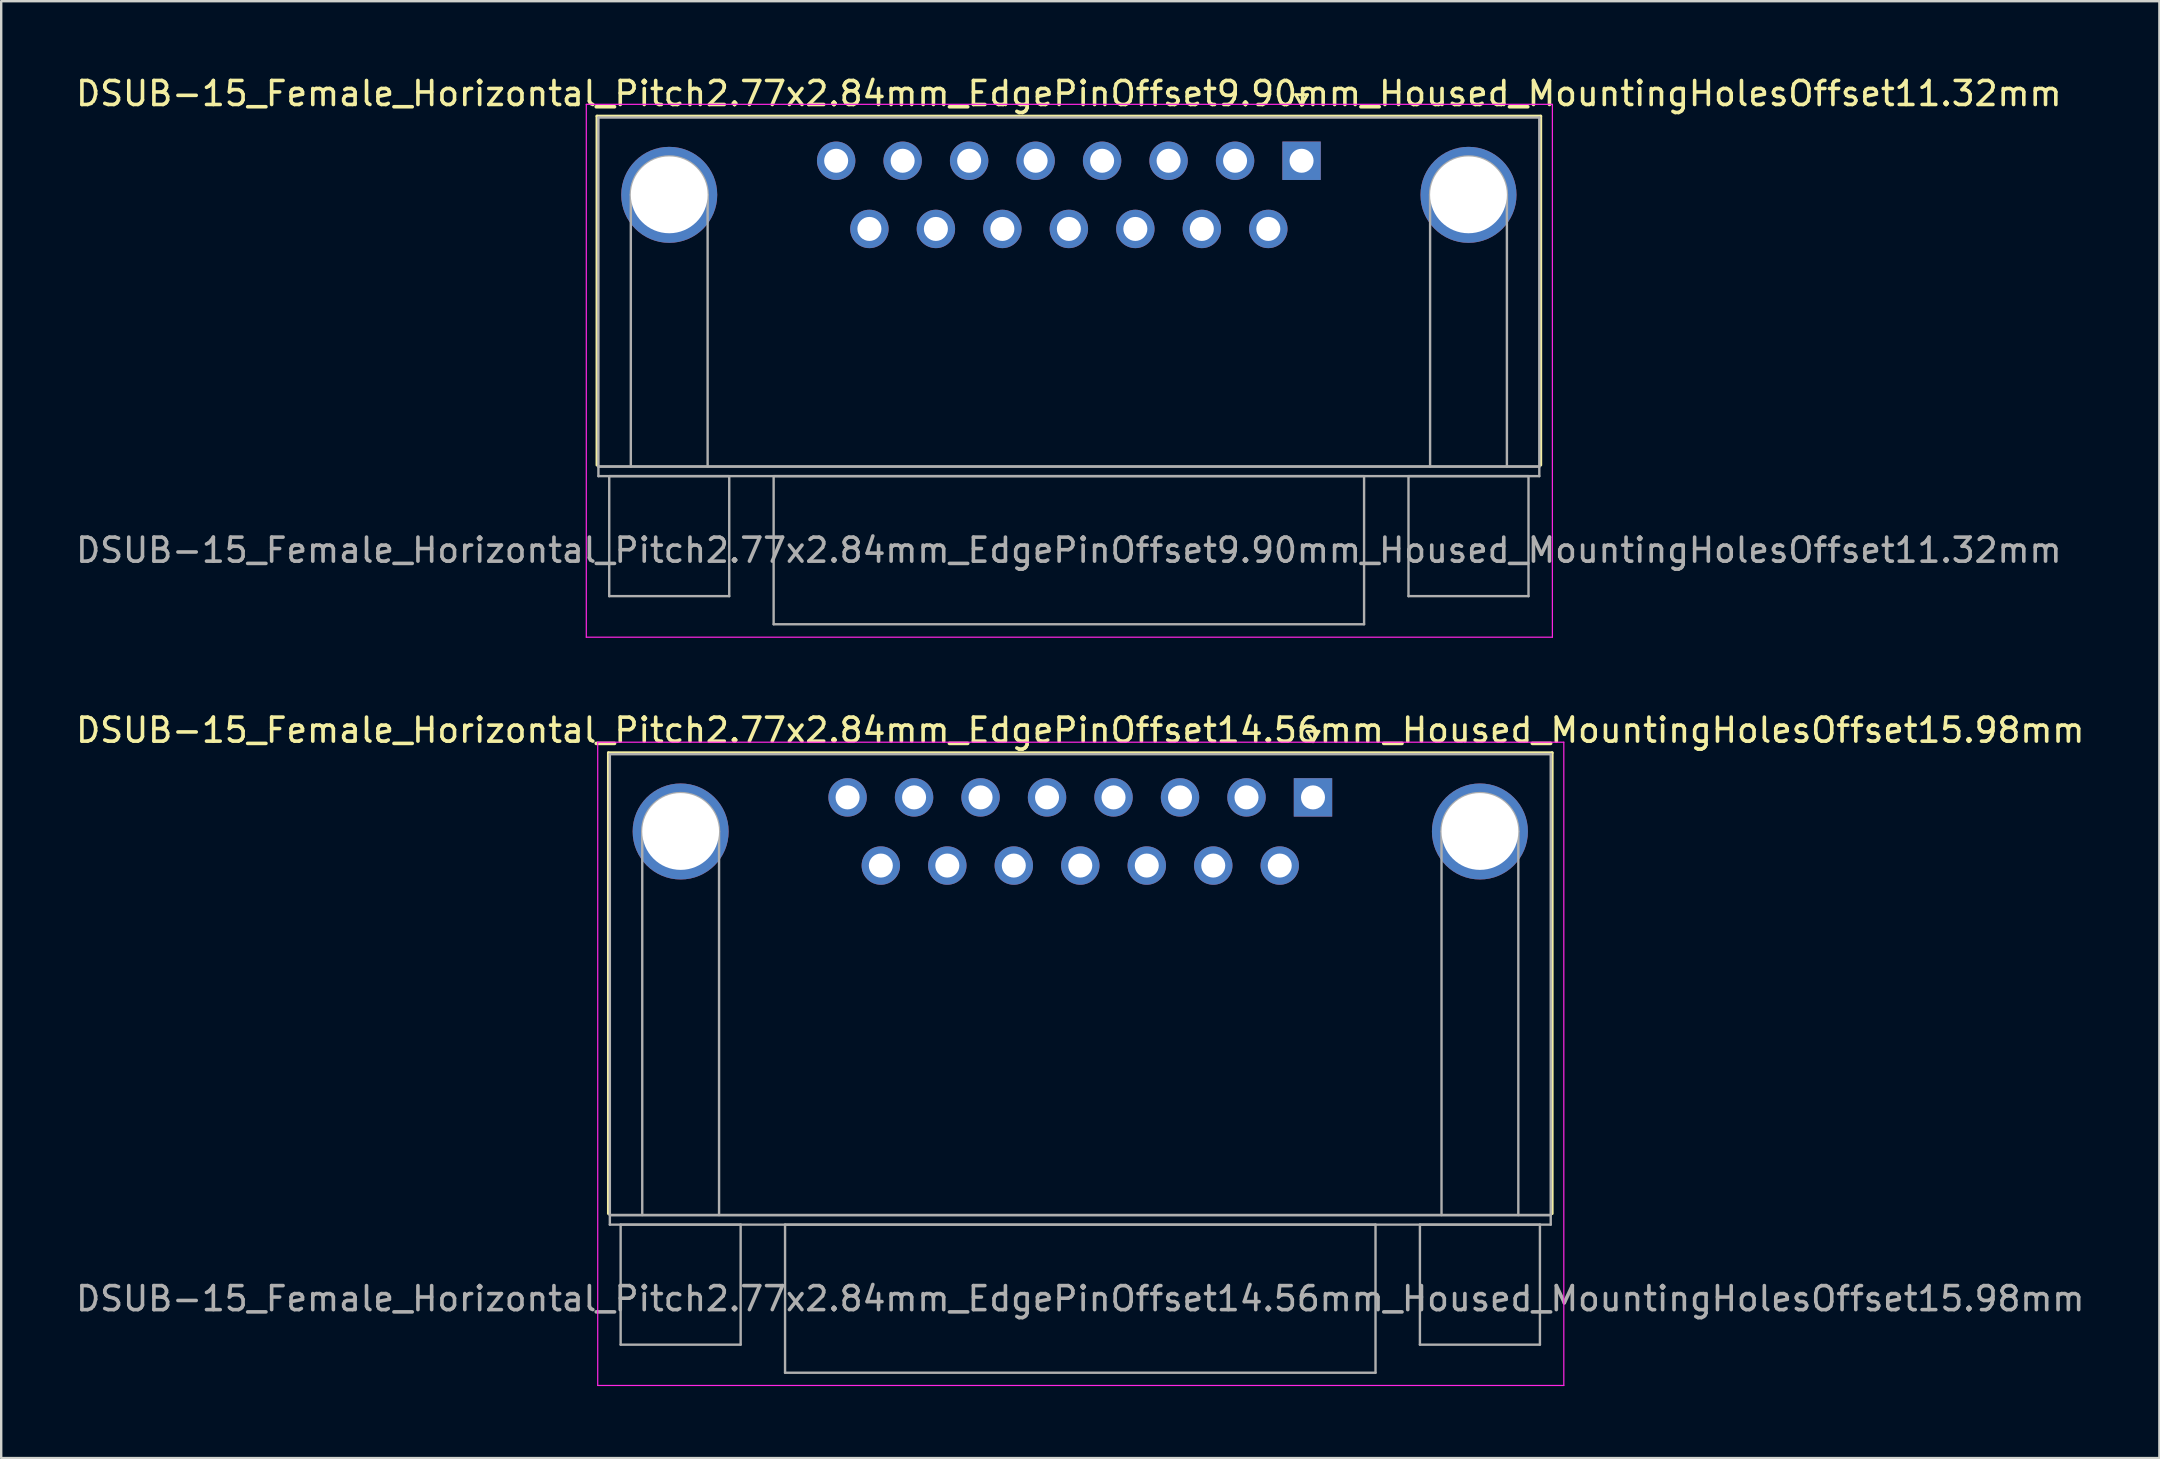
<source format=kicad_pcb>
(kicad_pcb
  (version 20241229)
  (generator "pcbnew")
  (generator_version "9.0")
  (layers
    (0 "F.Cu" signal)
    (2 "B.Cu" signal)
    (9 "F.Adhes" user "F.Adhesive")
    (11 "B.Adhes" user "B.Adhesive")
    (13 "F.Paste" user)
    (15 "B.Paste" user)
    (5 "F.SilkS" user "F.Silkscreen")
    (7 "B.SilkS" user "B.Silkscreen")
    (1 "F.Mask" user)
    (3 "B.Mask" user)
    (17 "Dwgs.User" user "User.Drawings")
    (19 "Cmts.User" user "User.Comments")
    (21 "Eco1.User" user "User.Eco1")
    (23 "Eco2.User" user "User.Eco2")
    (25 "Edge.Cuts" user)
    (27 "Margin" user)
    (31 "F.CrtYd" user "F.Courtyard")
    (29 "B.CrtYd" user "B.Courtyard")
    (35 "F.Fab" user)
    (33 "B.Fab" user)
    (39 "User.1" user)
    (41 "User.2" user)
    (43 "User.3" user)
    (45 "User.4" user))
  (footprint "DSUB-15_Female_Horizontal_Pitch2.77x2.84mm_EdgePinOffset14.56mm_Housed_MountingHolesOffset15.98mm"
    (layer "F.Cu")
    (at 51.653 30.172)
    (property "Reference" "DSUB-15_Female_Horizontal_Pitch2.77x2.84mm_EdgePinOffset14.56mm_Housed_MountingHolesOffset15.98mm" (at -9.695 -2.8 0) (layer "F.SilkS") (effects (font (size 1 1) (thickness 0.15))))
    (attr through_hole)
    (fp_line (start -29.355 -1.86) (end 9.965 -1.86) (stroke (width 0.12) (type solid)) (layer "F.SilkS"))
    (fp_line (start -29.355 17.34) (end -29.355 -1.86) (stroke (width 0.12) (type solid)) (layer "F.SilkS"))
    (fp_line (start -0.25 -2.754) (end 0.25 -2.754) (stroke (width 0.12) (type solid)) (layer "F.SilkS"))
    (fp_line (start 0 -2.321) (end -0.25 -2.754) (stroke (width 0.12) (type solid)) (layer "F.SilkS"))
    (fp_line (start 0.25 -2.754) (end 0 -2.321) (stroke (width 0.12) (type solid)) (layer "F.SilkS"))
    (fp_line (start 9.965 -1.86) (end 9.965 17.34) (stroke (width 0.12) (type solid)) (layer "F.SilkS"))
    (fp_line (start -29.8 -2.3) (end -29.8 24.5) (stroke (width 0.05) (type solid)) (layer "F.CrtYd"))
    (fp_line (start -29.8 24.5) (end 10.45 24.5) (stroke (width 0.05) (type solid)) (layer "F.CrtYd"))
    (fp_line (start 10.45 -2.3) (end -29.8 -2.3) (stroke (width 0.05) (type solid)) (layer "F.CrtYd"))
    (fp_line (start 10.45 24.5) (end 10.45 -2.3) (stroke (width 0.05) (type solid)) (layer "F.CrtYd"))
    (fp_line (start -29.295 -1.8) (end -29.295 17.4) (stroke (width 0.1) (type solid)) (layer "F.Fab"))
    (fp_line (start -29.295 17.4) (end -29.295 17.8) (stroke (width 0.1) (type solid)) (layer "F.Fab"))
    (fp_line (start -29.295 17.4) (end 9.905 17.4) (stroke (width 0.1) (type solid)) (layer "F.Fab"))
    (fp_line (start -29.295 17.8) (end 9.905 17.8) (stroke (width 0.1) (type solid)) (layer "F.Fab"))
    (fp_line (start -28.845 17.8) (end -28.845 22.8) (stroke (width 0.1) (type solid)) (layer "F.Fab"))
    (fp_line (start -28.845 22.8) (end -23.845 22.8) (stroke (width 0.1) (type solid)) (layer "F.Fab"))
    (fp_line (start -27.945 17.4) (end -27.945 1.42) (stroke (width 0.1) (type solid)) (layer "F.Fab"))
    (fp_line (start -24.745 17.4) (end -24.745 1.42) (stroke (width 0.1) (type solid)) (layer "F.Fab"))
    (fp_line (start -23.845 17.8) (end -28.845 17.8) (stroke (width 0.1) (type solid)) (layer "F.Fab"))
    (fp_line (start -23.845 22.8) (end -23.845 17.8) (stroke (width 0.1) (type solid)) (layer "F.Fab"))
    (fp_line (start -21.995 17.8) (end -21.995 23.97) (stroke (width 0.1) (type solid)) (layer "F.Fab"))
    (fp_line (start -21.995 23.97) (end 2.605 23.97) (stroke (width 0.1) (type solid)) (layer "F.Fab"))
    (fp_line (start 2.605 17.8) (end -21.995 17.8) (stroke (width 0.1) (type solid)) (layer "F.Fab"))
    (fp_line (start 2.605 23.97) (end 2.605 17.8) (stroke (width 0.1) (type solid)) (layer "F.Fab"))
    (fp_line (start 4.455 17.8) (end 4.455 22.8) (stroke (width 0.1) (type solid)) (layer "F.Fab"))
    (fp_line (start 4.455 22.8) (end 9.455 22.8) (stroke (width 0.1) (type solid)) (layer "F.Fab"))
    (fp_line (start 5.355 17.4) (end 5.355 1.42) (stroke (width 0.1) (type solid)) (layer "F.Fab"))
    (fp_line (start 8.555 17.4) (end 8.555 1.42) (stroke (width 0.1) (type solid)) (layer "F.Fab"))
    (fp_line (start 9.455 17.8) (end 4.455 17.8) (stroke (width 0.1) (type solid)) (layer "F.Fab"))
    (fp_line (start 9.455 22.8) (end 9.455 17.8) (stroke (width 0.1) (type solid)) (layer "F.Fab"))
    (fp_line (start 9.905 -1.8) (end -29.295 -1.8) (stroke (width 0.1) (type solid)) (layer "F.Fab"))
    (fp_line (start 9.905 17.4) (end -29.295 17.4) (stroke (width 0.1) (type solid)) (layer "F.Fab"))
    (fp_line (start 9.905 17.4) (end 9.905 -1.8) (stroke (width 0.1) (type solid)) (layer "F.Fab"))
    (fp_line (start 9.905 17.8) (end 9.905 17.4) (stroke (width 0.1) (type solid)) (layer "F.Fab"))
    (fp_arc (start -27.945 1.42) (mid -26.345 -0.18) (end -24.745 1.42) (stroke (width 0.1) (type solid)) (layer "F.Fab"))
    (fp_arc (start 5.355 1.42) (mid 6.955 -0.18) (end 8.555 1.42) (stroke (width 0.1) (type solid)) (layer "F.Fab"))
    (fp_text user "${REFERENCE}" (at -9.695 20.885 0) (layer "F.Fab") (effects (font (size 1 1) (thickness 0.15))))
    (pad "0" thru_hole circle (at -26.345 1.42) (size 4 4) (drill 3.2) (layers "*.Cu" "*.Mask"))
    (pad "0" thru_hole circle (at 6.955 1.42) (size 4 4) (drill 3.2) (layers "*.Cu" "*.Mask"))
    (pad "1" thru_hole rect (at 0 0) (size 1.6 1.6) (drill 1) (layers "*.Cu" "*.Mask"))
    (pad "2" thru_hole circle (at -2.77 0) (size 1.6 1.6) (drill 1) (layers "*.Cu" "*.Mask"))
    (pad "3" thru_hole circle (at -5.54 0) (size 1.6 1.6) (drill 1) (layers "*.Cu" "*.Mask"))
    (pad "4" thru_hole circle (at -8.31 0) (size 1.6 1.6) (drill 1) (layers "*.Cu" "*.Mask"))
    (pad "5" thru_hole circle (at -11.08 0) (size 1.6 1.6) (drill 1) (layers "*.Cu" "*.Mask"))
    (pad "6" thru_hole circle (at -13.85 0) (size 1.6 1.6) (drill 1) (layers "*.Cu" "*.Mask"))
    (pad "7" thru_hole circle (at -16.62 0) (size 1.6 1.6) (drill 1) (layers "*.Cu" "*.Mask"))
    (pad "8" thru_hole circle (at -19.39 0) (size 1.6 1.6) (drill 1) (layers "*.Cu" "*.Mask"))
    (pad "9" thru_hole circle (at -1.385 2.84) (size 1.6 1.6) (drill 1) (layers "*.Cu" "*.Mask"))
    (pad "10" thru_hole circle (at -4.155 2.84) (size 1.6 1.6) (drill 1) (layers "*.Cu" "*.Mask"))
    (pad "11" thru_hole circle (at -6.925 2.84) (size 1.6 1.6) (drill 1) (layers "*.Cu" "*.Mask"))
    (pad "12" thru_hole circle (at -9.695 2.84) (size 1.6 1.6) (drill 1) (layers "*.Cu" "*.Mask"))
    (pad "13" thru_hole circle (at -12.465 2.84) (size 1.6 1.6) (drill 1) (layers "*.Cu" "*.Mask"))
    (pad "14" thru_hole circle (at -15.235 2.84) (size 1.6 1.6) (drill 1) (layers "*.Cu" "*.Mask"))
    (pad "15" thru_hole circle (at -18.005 2.84) (size 1.6 1.6) (drill 1) (layers "*.Cu" "*.Mask")))
  (footprint "DSUB-15_Female_Horizontal_Pitch2.77x2.84mm_EdgePinOffset9.90mm_Housed_MountingHolesOffset11.32mm"
    (layer "F.Cu")
    (at 51.177 3.648)
    (property "Reference" "DSUB-15_Female_Horizontal_Pitch2.77x2.84mm_EdgePinOffset9.90mm_Housed_MountingHolesOffset11.32mm" (at -9.695 -2.8 0) (layer "F.SilkS") (effects (font (size 1 1) (thickness 0.15))))
    (attr through_hole)
    (fp_line (start -29.355 -1.86) (end 9.965 -1.86) (stroke (width 0.12) (type solid)) (layer "F.SilkS"))
    (fp_line (start -29.355 12.68) (end -29.355 -1.86) (stroke (width 0.12) (type solid)) (layer "F.SilkS"))
    (fp_line (start -0.25 -2.754) (end 0.25 -2.754) (stroke (width 0.12) (type solid)) (layer "F.SilkS"))
    (fp_line (start 0 -2.321) (end -0.25 -2.754) (stroke (width 0.12) (type solid)) (layer "F.SilkS"))
    (fp_line (start 0.25 -2.754) (end 0 -2.321) (stroke (width 0.12) (type solid)) (layer "F.SilkS"))
    (fp_line (start 9.965 -1.86) (end 9.965 12.68) (stroke (width 0.12) (type solid)) (layer "F.SilkS"))
    (fp_line (start -29.8 -2.35) (end -29.8 19.85) (stroke (width 0.05) (type solid)) (layer "F.CrtYd"))
    (fp_line (start -29.8 19.85) (end 10.45 19.85) (stroke (width 0.05) (type solid)) (layer "F.CrtYd"))
    (fp_line (start 10.45 -2.35) (end -29.8 -2.35) (stroke (width 0.05) (type solid)) (layer "F.CrtYd"))
    (fp_line (start 10.45 19.85) (end 10.45 -2.35) (stroke (width 0.05) (type solid)) (layer "F.CrtYd"))
    (fp_line (start -29.295 -1.8) (end -29.295 12.74) (stroke (width 0.1) (type solid)) (layer "F.Fab"))
    (fp_line (start -29.295 12.74) (end -29.295 13.14) (stroke (width 0.1) (type solid)) (layer "F.Fab"))
    (fp_line (start -29.295 12.74) (end 9.905 12.74) (stroke (width 0.1) (type solid)) (layer "F.Fab"))
    (fp_line (start -29.295 13.14) (end 9.905 13.14) (stroke (width 0.1) (type solid)) (layer "F.Fab"))
    (fp_line (start -28.845 13.14) (end -28.845 18.14) (stroke (width 0.1) (type solid)) (layer "F.Fab"))
    (fp_line (start -28.845 18.14) (end -23.845 18.14) (stroke (width 0.1) (type solid)) (layer "F.Fab"))
    (fp_line (start -27.945 12.74) (end -27.945 1.42) (stroke (width 0.1) (type solid)) (layer "F.Fab"))
    (fp_line (start -24.745 12.74) (end -24.745 1.42) (stroke (width 0.1) (type solid)) (layer "F.Fab"))
    (fp_line (start -23.845 13.14) (end -28.845 13.14) (stroke (width 0.1) (type solid)) (layer "F.Fab"))
    (fp_line (start -23.845 18.14) (end -23.845 13.14) (stroke (width 0.1) (type solid)) (layer "F.Fab"))
    (fp_line (start -21.995 13.14) (end -21.995 19.31) (stroke (width 0.1) (type solid)) (layer "F.Fab"))
    (fp_line (start -21.995 19.31) (end 2.605 19.31) (stroke (width 0.1) (type solid)) (layer "F.Fab"))
    (fp_line (start 2.605 13.14) (end -21.995 13.14) (stroke (width 0.1) (type solid)) (layer "F.Fab"))
    (fp_line (start 2.605 19.31) (end 2.605 13.14) (stroke (width 0.1) (type solid)) (layer "F.Fab"))
    (fp_line (start 4.455 13.14) (end 4.455 18.14) (stroke (width 0.1) (type solid)) (layer "F.Fab"))
    (fp_line (start 4.455 18.14) (end 9.455 18.14) (stroke (width 0.1) (type solid)) (layer "F.Fab"))
    (fp_line (start 5.355 12.74) (end 5.355 1.42) (stroke (width 0.1) (type solid)) (layer "F.Fab"))
    (fp_line (start 8.555 12.74) (end 8.555 1.42) (stroke (width 0.1) (type solid)) (layer "F.Fab"))
    (fp_line (start 9.455 13.14) (end 4.455 13.14) (stroke (width 0.1) (type solid)) (layer "F.Fab"))
    (fp_line (start 9.455 18.14) (end 9.455 13.14) (stroke (width 0.1) (type solid)) (layer "F.Fab"))
    (fp_line (start 9.905 -1.8) (end -29.295 -1.8) (stroke (width 0.1) (type solid)) (layer "F.Fab"))
    (fp_line (start 9.905 12.74) (end -29.295 12.74) (stroke (width 0.1) (type solid)) (layer "F.Fab"))
    (fp_line (start 9.905 12.74) (end 9.905 -1.8) (stroke (width 0.1) (type solid)) (layer "F.Fab"))
    (fp_line (start 9.905 13.14) (end 9.905 12.74) (stroke (width 0.1) (type solid)) (layer "F.Fab"))
    (fp_arc (start -27.945 1.42) (mid -26.345 -0.18) (end -24.745 1.42) (stroke (width 0.1) (type solid)) (layer "F.Fab"))
    (fp_arc (start 5.355 1.42) (mid 6.955 -0.18) (end 8.555 1.42) (stroke (width 0.1) (type solid)) (layer "F.Fab"))
    (fp_text user "${REFERENCE}" (at -9.695 16.225 0) (layer "F.Fab") (effects (font (size 1 1) (thickness 0.15))))
    (pad "0" thru_hole circle (at -26.345 1.42) (size 4 4) (drill 3.2) (layers "*.Cu" "*.Mask"))
    (pad "0" thru_hole circle (at 6.955 1.42) (size 4 4) (drill 3.2) (layers "*.Cu" "*.Mask"))
    (pad "1" thru_hole rect (at 0 0) (size 1.6 1.6) (drill 1) (layers "*.Cu" "*.Mask"))
    (pad "2" thru_hole circle (at -2.77 0) (size 1.6 1.6) (drill 1) (layers "*.Cu" "*.Mask"))
    (pad "3" thru_hole circle (at -5.54 0) (size 1.6 1.6) (drill 1) (layers "*.Cu" "*.Mask"))
    (pad "4" thru_hole circle (at -8.31 0) (size 1.6 1.6) (drill 1) (layers "*.Cu" "*.Mask"))
    (pad "5" thru_hole circle (at -11.08 0) (size 1.6 1.6) (drill 1) (layers "*.Cu" "*.Mask"))
    (pad "6" thru_hole circle (at -13.85 0) (size 1.6 1.6) (drill 1) (layers "*.Cu" "*.Mask"))
    (pad "7" thru_hole circle (at -16.62 0) (size 1.6 1.6) (drill 1) (layers "*.Cu" "*.Mask"))
    (pad "8" thru_hole circle (at -19.39 0) (size 1.6 1.6) (drill 1) (layers "*.Cu" "*.Mask"))
    (pad "9" thru_hole circle (at -1.385 2.84) (size 1.6 1.6) (drill 1) (layers "*.Cu" "*.Mask"))
    (pad "10" thru_hole circle (at -4.155 2.84) (size 1.6 1.6) (drill 1) (layers "*.Cu" "*.Mask"))
    (pad "11" thru_hole circle (at -6.925 2.84) (size 1.6 1.6) (drill 1) (layers "*.Cu" "*.Mask"))
    (pad "12" thru_hole circle (at -9.695 2.84) (size 1.6 1.6) (drill 1) (layers "*.Cu" "*.Mask"))
    (pad "13" thru_hole circle (at -12.465 2.84) (size 1.6 1.6) (drill 1) (layers "*.Cu" "*.Mask"))
    (pad "14" thru_hole circle (at -15.235 2.84) (size 1.6 1.6) (drill 1) (layers "*.Cu" "*.Mask"))
    (pad "15" thru_hole circle (at -18.005 2.84) (size 1.6 1.6) (drill 1) (layers "*.Cu" "*.Mask")))
  (gr_rect
    (start -3 -3)
    (end 86.917 57.697)
    (stroke (width 0.1) (type default))
    (fill no)
    (layer "Edge.Cuts")))
</source>
